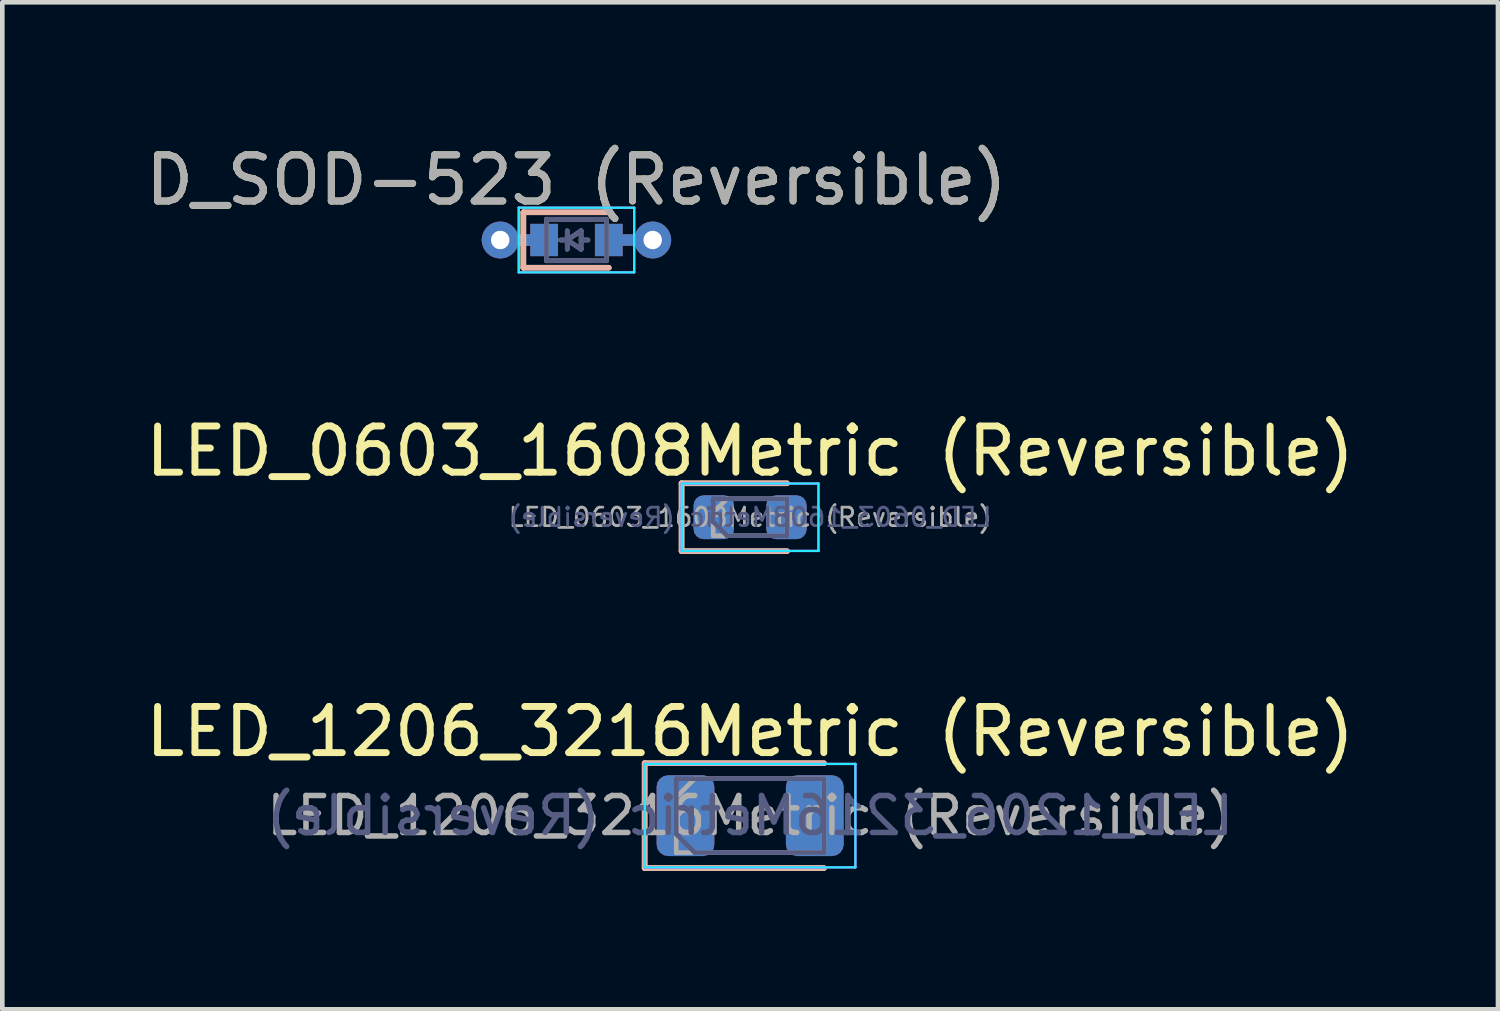
<source format=kicad_pcb>
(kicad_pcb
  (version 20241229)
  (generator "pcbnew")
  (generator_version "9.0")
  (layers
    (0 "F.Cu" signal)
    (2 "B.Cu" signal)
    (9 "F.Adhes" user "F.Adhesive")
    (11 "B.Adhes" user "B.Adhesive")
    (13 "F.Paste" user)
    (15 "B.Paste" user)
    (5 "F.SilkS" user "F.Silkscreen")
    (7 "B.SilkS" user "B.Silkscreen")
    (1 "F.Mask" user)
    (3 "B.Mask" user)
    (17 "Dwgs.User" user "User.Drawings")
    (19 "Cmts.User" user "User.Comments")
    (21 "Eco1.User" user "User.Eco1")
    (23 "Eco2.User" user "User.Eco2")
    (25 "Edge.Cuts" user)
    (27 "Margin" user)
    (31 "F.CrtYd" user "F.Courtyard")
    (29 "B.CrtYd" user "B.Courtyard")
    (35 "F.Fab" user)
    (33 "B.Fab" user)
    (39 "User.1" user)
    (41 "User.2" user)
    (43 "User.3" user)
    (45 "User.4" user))
  (footprint "LED_0603_1608Metric (Reversible)"
    (layer "F.Cu")
    (at 13.196 8.152)
    (property "Reference" "LED_0603_1608Metric (Reversible)" (at 0 -1.43 0) (layer "F.SilkS") (effects (font (size 1 1) (thickness 0.15))))
    (attr smd)
    (fp_line (start -1.485 -0.735) (end -1.485 0.735) (stroke (width 0.12) (type solid)) (layer "F.SilkS"))
    (fp_line (start -1.485 0.735) (end 0.8 0.735) (stroke (width 0.12) (type solid)) (layer "F.SilkS"))
    (fp_line (start 0.8 -0.735) (end -1.485 -0.735) (stroke (width 0.12) (type solid)) (layer "F.SilkS"))
    (fp_line (start -1.485 -0.735) (end 0.8 -0.735) (stroke (width 0.12) (type solid)) (layer "B.SilkS"))
    (fp_line (start -1.485 0.735) (end -1.485 -0.735) (stroke (width 0.12) (type solid)) (layer "B.SilkS"))
    (fp_line (start 0.8 0.735) (end -1.485 0.735) (stroke (width 0.12) (type solid)) (layer "B.SilkS"))
    (fp_line (start -1.48 -0.73) (end -1.48 0.73) (stroke (width 0.05) (type solid)) (layer "B.CrtYd"))
    (fp_line (start -1.48 0.73) (end 1.48 0.73) (stroke (width 0.05) (type solid)) (layer "B.CrtYd"))
    (fp_line (start 1.48 -0.73) (end -1.48 -0.73) (stroke (width 0.05) (type solid)) (layer "B.CrtYd"))
    (fp_line (start 1.48 0.73) (end 1.48 -0.73) (stroke (width 0.05) (type solid)) (layer "B.CrtYd"))
    (fp_line (start -1.48 -0.73) (end 1.48 -0.73) (stroke (width 0.05) (type solid)) (layer "F.CrtYd"))
    (fp_line (start -1.48 0.73) (end -1.48 -0.73) (stroke (width 0.05) (type solid)) (layer "F.CrtYd"))
    (fp_line (start 1.48 -0.73) (end 1.48 0.73) (stroke (width 0.05) (type solid)) (layer "F.CrtYd"))
    (fp_line (start 1.48 0.73) (end -1.48 0.73) (stroke (width 0.05) (type solid)) (layer "F.CrtYd"))
    (fp_line (start -0.8 -0.4) (end 0.8 -0.4) (stroke (width 0.1) (type solid)) (layer "B.Fab"))
    (fp_line (start -0.8 0.1) (end -0.8 -0.4) (stroke (width 0.1) (type solid)) (layer "B.Fab"))
    (fp_line (start -0.5 0.4) (end -0.8 0.1) (stroke (width 0.1) (type solid)) (layer "B.Fab"))
    (fp_line (start 0.8 -0.4) (end 0.8 0.4) (stroke (width 0.1) (type solid)) (layer "B.Fab"))
    (fp_line (start 0.8 0.4) (end -0.5 0.4) (stroke (width 0.1) (type solid)) (layer "B.Fab"))
    (fp_line (start -0.8 -0.1) (end -0.8 0.4) (stroke (width 0.1) (type solid)) (layer "F.Fab"))
    (fp_line (start -0.8 0.4) (end 0.8 0.4) (stroke (width 0.1) (type solid)) (layer "F.Fab"))
    (fp_line (start -0.5 -0.4) (end -0.8 -0.1) (stroke (width 0.1) (type solid)) (layer "F.Fab"))
    (fp_line (start 0.8 -0.4) (end -0.5 -0.4) (stroke (width 0.1) (type solid)) (layer "F.Fab"))
    (fp_line (start 0.8 0.4) (end 0.8 -0.4) (stroke (width 0.1) (type solid)) (layer "F.Fab"))
    (fp_text user "${REFERENCE}" (at 0 0 180) (layer "B.Fab") (effects (font (size 0.4 0.4) (thickness 0.06)) (justify mirror)))
    (fp_text user "${REFERENCE}" (at 0 0 0) (layer "F.Fab") (effects (font (size 0.4 0.4) (thickness 0.06))))
    (pad "1" smd roundrect (at -0.787 0) (size 0.875 0.95) (layers "F.Cu" "F.Mask" "F.Paste") (roundrect_rratio 0.25))
    (pad "1" smd roundrect (at -0.787 0 180) (size 0.875 0.95) (layers "B.Cu" "B.Mask" "B.Paste") (roundrect_rratio 0.25))
    (pad "2" smd roundrect (at 0.787 0) (size 0.875 0.95) (layers "F.Cu" "F.Mask" "F.Paste") (roundrect_rratio 0.25))
    (pad "2" smd roundrect (at 0.787 0 180) (size 0.875 0.95) (layers "B.Cu" "B.Mask" "B.Paste") (roundrect_rratio 0.25)))
  (footprint "D_SOD-523 (Reversible)"
    (layer "F.Cu")
    (at 9.435 2.148)
    (property "Reference" "D_SOD-523 (Reversible)" (at 0 -1.3 0) (layer "F.SilkS") (effects (font (size 1 1) (thickness 0.15))))
    (attr smd)
    (fp_line (start -1.15 -0.6) (end -1.15 0.6) (stroke (width 0.12) (type solid)) (layer "F.SilkS"))
    (fp_line (start 0.7 -0.6) (end -1.15 -0.6) (stroke (width 0.12) (type solid)) (layer "F.SilkS"))
    (fp_line (start 0.7 0.6) (end -1.15 0.6) (stroke (width 0.12) (type solid)) (layer "F.SilkS"))
    (fp_line (start -1.15 0.6) (end -1.15 -0.6) (stroke (width 0.12) (type solid)) (layer "B.SilkS"))
    (fp_line (start 0.7 -0.6) (end -1.15 -0.6) (stroke (width 0.12) (type solid)) (layer "B.SilkS"))
    (fp_line (start 0.7 0.6) (end -1.15 0.6) (stroke (width 0.12) (type solid)) (layer "B.SilkS"))
    (fp_line (start -1.25 -0.7) (end -1.25 0.7) (stroke (width 0.05) (type solid)) (layer "B.CrtYd"))
    (fp_line (start -1.25 0.7) (end 1.25 0.7) (stroke (width 0.05) (type solid)) (layer "B.CrtYd"))
    (fp_line (start 1.25 -0.7) (end -1.25 -0.7) (stroke (width 0.05) (type solid)) (layer "B.CrtYd"))
    (fp_line (start 1.25 0.7) (end 1.25 -0.7) (stroke (width 0.05) (type solid)) (layer "B.CrtYd"))
    (fp_line (start -1.25 -0.7) (end 1.25 -0.7) (stroke (width 0.05) (type solid)) (layer "F.CrtYd"))
    (fp_line (start -1.25 0.7) (end -1.25 -0.7) (stroke (width 0.05) (type solid)) (layer "F.CrtYd"))
    (fp_line (start 1.25 -0.7) (end 1.25 0.7) (stroke (width 0.05) (type solid)) (layer "F.CrtYd"))
    (fp_line (start 1.25 0.7) (end -1.25 0.7) (stroke (width 0.05) (type solid)) (layer "F.CrtYd"))
    (fp_line (start -0.65 -0.45) (end -0.65 0.45) (stroke (width 0.1) (type solid)) (layer "B.Fab"))
    (fp_line (start -0.65 0.45) (end 0.65 0.45) (stroke (width 0.1) (type solid)) (layer "B.Fab"))
    (fp_line (start -0.2 -0.2) (end -0.2 0.2) (stroke (width 0.1) (type solid)) (layer "B.Fab"))
    (fp_line (start -0.2 0) (end -0.35 0) (stroke (width 0.1) (type solid)) (layer "B.Fab"))
    (fp_line (start -0.2 0) (end 0.1 -0.2) (stroke (width 0.1) (type solid)) (layer "B.Fab"))
    (fp_line (start 0.1 -0.2) (end 0.1 0.2) (stroke (width 0.1) (type solid)) (layer "B.Fab"))
    (fp_line (start 0.1 0) (end 0.25 0) (stroke (width 0.1) (type solid)) (layer "B.Fab"))
    (fp_line (start 0.1 0.2) (end -0.2 0) (stroke (width 0.1) (type solid)) (layer "B.Fab"))
    (fp_line (start 0.65 -0.45) (end -0.65 -0.45) (stroke (width 0.1) (type solid)) (layer "B.Fab"))
    (fp_line (start 0.65 0.45) (end 0.65 -0.45) (stroke (width 0.1) (type solid)) (layer "B.Fab"))
    (fp_line (start -0.65 -0.45) (end 0.65 -0.45) (stroke (width 0.1) (type solid)) (layer "F.Fab"))
    (fp_line (start -0.65 0.45) (end -0.65 -0.45) (stroke (width 0.1) (type solid)) (layer "F.Fab"))
    (fp_line (start -0.2 0) (end -0.35 0) (stroke (width 0.1) (type solid)) (layer "F.Fab"))
    (fp_line (start -0.2 0) (end 0.1 0.2) (stroke (width 0.1) (type solid)) (layer "F.Fab"))
    (fp_line (start -0.2 0.2) (end -0.2 -0.2) (stroke (width 0.1) (type solid)) (layer "F.Fab"))
    (fp_line (start 0.1 -0.2) (end -0.2 0) (stroke (width 0.1) (type solid)) (layer "F.Fab"))
    (fp_line (start 0.1 0) (end 0.25 0) (stroke (width 0.1) (type solid)) (layer "F.Fab"))
    (fp_line (start 0.1 0.2) (end 0.1 -0.2) (stroke (width 0.1) (type solid)) (layer "F.Fab"))
    (fp_line (start 0.65 -0.45) (end 0.65 0.45) (stroke (width 0.1) (type solid)) (layer "F.Fab"))
    (fp_line (start 0.65 0.45) (end -0.65 0.45) (stroke (width 0.1) (type solid)) (layer "F.Fab"))
    (fp_text user "${REFERENCE}" (at 0 -1.3 0) (layer "F.Fab") (effects (font (size 1 1) (thickness 0.15))))
    (pad "1" thru_hole circle (at -1.651 0) (size 0.8 0.8) (drill 0.4) (layers "*.Cu" "*.Mask"))
    (pad "1" smd roundrect (at -1.225 0) (size 1.65 0.25) (layers "F.Cu") (roundrect_rratio 0.5))
    (pad "1" smd roundrect (at -1.225 0) (size 1.65 0.25) (layers "B.Cu") (roundrect_rratio 0.5))
    (pad "1" smd rect (at -0.7 0 180) (size 0.6 0.7) (layers "F.Cu" "F.Mask" "F.Paste"))
    (pad "1" smd rect (at -0.7 0) (size 0.6 0.7) (layers "B.Cu" "B.Mask" "B.Paste"))
    (pad "2" smd rect (at 0.7 0 180) (size 0.6 0.7) (layers "F.Cu" "F.Mask" "F.Paste"))
    (pad "2" smd rect (at 0.7 0) (size 0.6 0.7) (layers "B.Cu" "B.Mask" "B.Paste"))
    (pad "2" smd roundrect (at 1.225 0) (size 1.65 0.25) (layers "F.Cu") (roundrect_rratio 0.5))
    (pad "2" smd roundrect (at 1.225 0) (size 1.65 0.25) (layers "B.Cu") (roundrect_rratio 0.5))
    (pad "2" thru_hole circle (at 1.651 0) (size 0.8 0.8) (drill 0.4) (layers "*.Cu")))
  (footprint "LED_1206_3216Metric (Reversible)"
    (layer "F.Cu")
    (at 13.196 14.615)
    (property "Reference" "LED_1206_3216Metric (Reversible)" (at 0 -1.82 0) (layer "F.SilkS") (effects (font (size 1 1) (thickness 0.15))))
    (attr smd)
    (fp_line (start -2.285 -1.135) (end -2.285 1.135) (stroke (width 0.12) (type solid)) (layer "F.SilkS"))
    (fp_line (start -2.285 1.135) (end 1.6 1.135) (stroke (width 0.12) (type solid)) (layer "F.SilkS"))
    (fp_line (start 1.6 -1.135) (end -2.285 -1.135) (stroke (width 0.12) (type solid)) (layer "F.SilkS"))
    (fp_line (start -2.285 -1.135) (end 1.6 -1.135) (stroke (width 0.12) (type solid)) (layer "B.SilkS"))
    (fp_line (start -2.285 1.135) (end -2.285 -1.135) (stroke (width 0.12) (type solid)) (layer "B.SilkS"))
    (fp_line (start 1.6 1.135) (end -2.285 1.135) (stroke (width 0.12) (type solid)) (layer "B.SilkS"))
    (fp_line (start -2.28 -1.12) (end -2.28 1.12) (stroke (width 0.05) (type solid)) (layer "B.CrtYd"))
    (fp_line (start -2.28 1.12) (end 2.28 1.12) (stroke (width 0.05) (type solid)) (layer "B.CrtYd"))
    (fp_line (start 2.28 -1.12) (end -2.28 -1.12) (stroke (width 0.05) (type solid)) (layer "B.CrtYd"))
    (fp_line (start 2.28 1.12) (end 2.28 -1.12) (stroke (width 0.05) (type solid)) (layer "B.CrtYd"))
    (fp_line (start -2.28 -1.12) (end 2.28 -1.12) (stroke (width 0.05) (type solid)) (layer "F.CrtYd"))
    (fp_line (start -2.28 1.12) (end -2.28 -1.12) (stroke (width 0.05) (type solid)) (layer "F.CrtYd"))
    (fp_line (start 2.28 -1.12) (end 2.28 1.12) (stroke (width 0.05) (type solid)) (layer "F.CrtYd"))
    (fp_line (start 2.28 1.12) (end -2.28 1.12) (stroke (width 0.05) (type solid)) (layer "F.CrtYd"))
    (fp_line (start -1.6 -0.8) (end 1.6 -0.8) (stroke (width 0.1) (type solid)) (layer "B.Fab"))
    (fp_line (start -1.6 0.4) (end -1.6 -0.8) (stroke (width 0.1) (type solid)) (layer "B.Fab"))
    (fp_line (start -1.2 0.8) (end -1.6 0.4) (stroke (width 0.1) (type solid)) (layer "B.Fab"))
    (fp_line (start 1.6 -0.8) (end 1.6 0.8) (stroke (width 0.1) (type solid)) (layer "B.Fab"))
    (fp_line (start 1.6 0.8) (end -1.2 0.8) (stroke (width 0.1) (type solid)) (layer "B.Fab"))
    (fp_line (start -1.6 -0.4) (end -1.6 0.8) (stroke (width 0.1) (type solid)) (layer "F.Fab"))
    (fp_line (start -1.6 0.8) (end 1.6 0.8) (stroke (width 0.1) (type solid)) (layer "F.Fab"))
    (fp_line (start -1.2 -0.8) (end -1.6 -0.4) (stroke (width 0.1) (type solid)) (layer "F.Fab"))
    (fp_line (start 1.6 -0.8) (end -1.2 -0.8) (stroke (width 0.1) (type solid)) (layer "F.Fab"))
    (fp_line (start 1.6 0.8) (end 1.6 -0.8) (stroke (width 0.1) (type solid)) (layer "F.Fab"))
    (fp_text user "${REFERENCE}" (at 0 0 180) (layer "B.Fab") (effects (font (size 0.8 0.8) (thickness 0.12)) (justify mirror)))
    (fp_text user "${REFERENCE}" (at 0 0 0) (layer "F.Fab") (effects (font (size 0.8 0.8) (thickness 0.12))))
    (pad "1" smd roundrect (at -1.4 0) (size 1.25 1.75) (layers "F.Cu" "F.Mask" "F.Paste") (roundrect_rratio 0.2))
    (pad "1" smd roundrect (at -1.4 0 180) (size 1.25 1.75) (layers "B.Cu" "B.Mask" "B.Paste") (roundrect_rratio 0.2))
    (pad "2" smd roundrect (at 1.4 0) (size 1.25 1.75) (layers "F.Cu" "F.Mask" "F.Paste") (roundrect_rratio 0.2))
    (pad "2" smd roundrect (at 1.4 0 180) (size 1.25 1.75) (layers "B.Cu" "B.Mask" "B.Paste") (roundrect_rratio 0.2)))
  (gr_rect
    (start -3 -3)
    (end 29.393 18.81)
    (stroke (width 0.1) (type default))
    (fill no)
    (layer "Edge.Cuts")))
</source>
